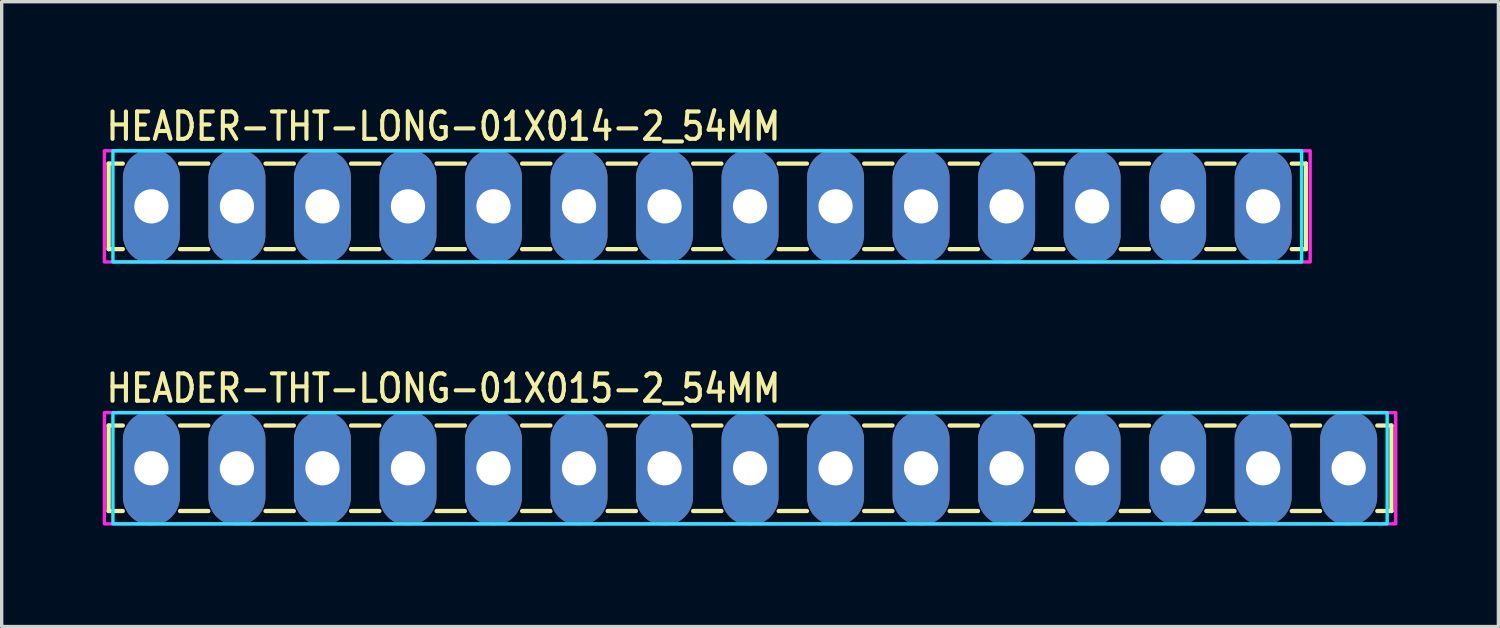
<source format=kicad_pcb>
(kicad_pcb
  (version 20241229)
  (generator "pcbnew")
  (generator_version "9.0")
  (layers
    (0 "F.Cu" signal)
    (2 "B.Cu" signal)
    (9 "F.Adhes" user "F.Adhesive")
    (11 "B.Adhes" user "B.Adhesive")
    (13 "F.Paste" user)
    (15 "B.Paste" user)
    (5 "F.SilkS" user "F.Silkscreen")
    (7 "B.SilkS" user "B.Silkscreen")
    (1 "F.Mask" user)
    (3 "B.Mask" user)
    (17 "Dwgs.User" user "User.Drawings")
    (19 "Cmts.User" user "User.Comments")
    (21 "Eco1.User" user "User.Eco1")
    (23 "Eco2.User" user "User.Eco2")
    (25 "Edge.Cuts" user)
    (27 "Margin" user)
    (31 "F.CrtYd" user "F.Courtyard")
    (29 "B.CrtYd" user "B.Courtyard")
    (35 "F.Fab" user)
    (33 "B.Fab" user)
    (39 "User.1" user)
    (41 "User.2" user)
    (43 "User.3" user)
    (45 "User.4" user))
  (footprint "HEADER-THT-LONG-01X015-2_54MM"
    (layer "F.Cu")
    (at 1.447 10.858)
    (property "Reference" "HEADER-THT-LONG-01X015-2_54MM" (at -1.4 -1.9 0) (unlocked yes) (layer "F.SilkS") (effects (font (size 0.813 0.695) (thickness 0.122)) (justify left bottom)))
    (fp_line (start -1.27 -1.27) (end -1.27 1.27) (stroke (width 0.127) (type solid)) (layer "F.SilkS"))
    (fp_line (start -1.27 1.27) (end -0.85 1.27) (stroke (width 0.127) (type solid)) (layer "F.SilkS"))
    (fp_line (start -0.85 -1.27) (end -1.27 -1.27) (stroke (width 0.127) (type solid)) (layer "F.SilkS"))
    (fp_line (start 0.85 -1.27) (end 1.69 -1.27) (stroke (width 0.127) (type solid)) (layer "F.SilkS"))
    (fp_line (start 0.85 1.27) (end 1.69 1.27) (stroke (width 0.127) (type solid)) (layer "F.SilkS"))
    (fp_line (start 3.39 -1.27) (end 4.23 -1.27) (stroke (width 0.127) (type solid)) (layer "F.SilkS"))
    (fp_line (start 3.39 1.27) (end 4.23 1.27) (stroke (width 0.127) (type solid)) (layer "F.SilkS"))
    (fp_line (start 5.93 -1.27) (end 6.77 -1.27) (stroke (width 0.127) (type solid)) (layer "F.SilkS"))
    (fp_line (start 5.93 1.27) (end 6.77 1.27) (stroke (width 0.127) (type solid)) (layer "F.SilkS"))
    (fp_line (start 8.47 -1.27) (end 9.31 -1.27) (stroke (width 0.127) (type solid)) (layer "F.SilkS"))
    (fp_line (start 8.47 1.27) (end 9.31 1.27) (stroke (width 0.127) (type solid)) (layer "F.SilkS"))
    (fp_line (start 11.01 -1.27) (end 11.85 -1.27) (stroke (width 0.127) (type solid)) (layer "F.SilkS"))
    (fp_line (start 11.01 1.27) (end 11.85 1.27) (stroke (width 0.127) (type solid)) (layer "F.SilkS"))
    (fp_line (start 13.55 -1.27) (end 14.39 -1.27) (stroke (width 0.127) (type solid)) (layer "F.SilkS"))
    (fp_line (start 13.55 1.27) (end 14.39 1.27) (stroke (width 0.127) (type solid)) (layer "F.SilkS"))
    (fp_line (start 16.09 -1.27) (end 16.93 -1.27) (stroke (width 0.127) (type solid)) (layer "F.SilkS"))
    (fp_line (start 16.09 1.27) (end 16.93 1.27) (stroke (width 0.127) (type solid)) (layer "F.SilkS"))
    (fp_line (start 18.63 -1.27) (end 19.47 -1.27) (stroke (width 0.127) (type solid)) (layer "F.SilkS"))
    (fp_line (start 18.63 1.27) (end 19.47 1.27) (stroke (width 0.127) (type solid)) (layer "F.SilkS"))
    (fp_line (start 21.17 -1.27) (end 22.01 -1.27) (stroke (width 0.127) (type solid)) (layer "F.SilkS"))
    (fp_line (start 21.17 1.27) (end 22.01 1.27) (stroke (width 0.127) (type solid)) (layer "F.SilkS"))
    (fp_line (start 23.71 -1.27) (end 24.55 -1.27) (stroke (width 0.127) (type solid)) (layer "F.SilkS"))
    (fp_line (start 23.71 1.27) (end 24.55 1.27) (stroke (width 0.127) (type solid)) (layer "F.SilkS"))
    (fp_line (start 26.25 -1.27) (end 27.09 -1.27) (stroke (width 0.127) (type solid)) (layer "F.SilkS"))
    (fp_line (start 26.25 1.27) (end 27.09 1.27) (stroke (width 0.127) (type solid)) (layer "F.SilkS"))
    (fp_line (start 28.79 -1.27) (end 29.63 -1.27) (stroke (width 0.127) (type solid)) (layer "F.SilkS"))
    (fp_line (start 28.79 1.27) (end 29.63 1.27) (stroke (width 0.127) (type solid)) (layer "F.SilkS"))
    (fp_line (start 31.33 -1.27) (end 32.17 -1.27) (stroke (width 0.127) (type solid)) (layer "F.SilkS"))
    (fp_line (start 31.33 1.27) (end 32.17 1.27) (stroke (width 0.127) (type solid)) (layer "F.SilkS"))
    (fp_line (start 33.87 -1.27) (end 34.71 -1.27) (stroke (width 0.127) (type solid)) (layer "F.SilkS"))
    (fp_line (start 33.87 1.27) (end 34.71 1.27) (stroke (width 0.127) (type solid)) (layer "F.SilkS"))
    (fp_line (start 36.41 -1.27) (end 36.83 -1.27) (stroke (width 0.127) (type solid)) (layer "F.SilkS"))
    (fp_line (start 36.83 -1.27) (end 36.83 1.27) (stroke (width 0.127) (type solid)) (layer "F.SilkS"))
    (fp_line (start 36.83 1.27) (end 36.41 1.27) (stroke (width 0.127) (type solid)) (layer "F.SilkS"))
    (fp_poly (pts (xy -1.143 -1.651) (xy 36.703 -1.651) (xy 36.703 1.651) (xy -1.143 1.651)) (stroke (width 0.1) (type solid)) (fill no) (layer "B.CrtYd"))
    (fp_poly (pts (xy -1.397 -1.651) (xy 36.957 -1.651) (xy 36.957 1.651) (xy -1.397 1.651)) (stroke (width 0.1) (type solid)) (fill no) (layer "F.CrtYd"))
    (pad "1" thru_hole oval (at 0 0 90) (size 3.387 1.693) (drill 1.016) (layers "*.Cu" "*.Mask"))
    (pad "2" thru_hole oval (at 2.54 0 90) (size 3.387 1.693) (drill 1.016) (layers "*.Cu" "*.Mask"))
    (pad "3" thru_hole oval (at 5.08 0 90) (size 3.387 1.693) (drill 1.016) (layers "*.Cu" "*.Mask"))
    (pad "4" thru_hole oval (at 7.62 0 90) (size 3.387 1.693) (drill 1.016) (layers "*.Cu" "*.Mask"))
    (pad "5" thru_hole oval (at 10.16 0 90) (size 3.387 1.693) (drill 1.016) (layers "*.Cu" "*.Mask"))
    (pad "6" thru_hole oval (at 12.7 0 90) (size 3.387 1.693) (drill 1.016) (layers "*.Cu" "*.Mask"))
    (pad "7" thru_hole oval (at 15.24 0 90) (size 3.387 1.693) (drill 1.016) (layers "*.Cu" "*.Mask"))
    (pad "8" thru_hole oval (at 17.78 0 90) (size 3.387 1.693) (drill 1.016) (layers "*.Cu" "*.Mask"))
    (pad "9" thru_hole oval (at 20.32 0 90) (size 3.387 1.693) (drill 1.016) (layers "*.Cu" "*.Mask"))
    (pad "10" thru_hole oval (at 22.86 0 90) (size 3.387 1.693) (drill 1.016) (layers "*.Cu" "*.Mask"))
    (pad "11" thru_hole oval (at 25.4 0 90) (size 3.387 1.693) (drill 1.016) (layers "*.Cu" "*.Mask"))
    (pad "12" thru_hole oval (at 27.94 0 90) (size 3.387 1.693) (drill 1.016) (layers "*.Cu" "*.Mask"))
    (pad "13" thru_hole oval (at 30.48 0 90) (size 3.387 1.693) (drill 1.016) (layers "*.Cu" "*.Mask"))
    (pad "14" thru_hole oval (at 33.02 0 90) (size 3.387 1.693) (drill 1.016) (layers "*.Cu" "*.Mask"))
    (pad "15" thru_hole oval (at 35.56 0 90) (size 3.387 1.693) (drill 1.016) (layers "*.Cu" "*.Mask")))
  (footprint "HEADER-THT-LONG-01X014-2_54MM"
    (layer "F.Cu")
    (at 1.447 3.079)
    (property "Reference" "HEADER-THT-LONG-01X014-2_54MM" (at -1.4 -1.9 0) (unlocked yes) (layer "F.SilkS") (effects (font (size 0.813 0.695) (thickness 0.122)) (justify left bottom)))
    (fp_line (start -1.27 -1.27) (end -1.27 1.27) (stroke (width 0.127) (type solid)) (layer "F.SilkS"))
    (fp_line (start -1.27 1.27) (end -0.85 1.27) (stroke (width 0.127) (type solid)) (layer "F.SilkS"))
    (fp_line (start -0.85 -1.27) (end -1.27 -1.27) (stroke (width 0.127) (type solid)) (layer "F.SilkS"))
    (fp_line (start 0.85 -1.27) (end 1.69 -1.27) (stroke (width 0.127) (type solid)) (layer "F.SilkS"))
    (fp_line (start 0.85 1.27) (end 1.69 1.27) (stroke (width 0.127) (type solid)) (layer "F.SilkS"))
    (fp_line (start 3.39 -1.27) (end 4.23 -1.27) (stroke (width 0.127) (type solid)) (layer "F.SilkS"))
    (fp_line (start 3.39 1.27) (end 4.23 1.27) (stroke (width 0.127) (type solid)) (layer "F.SilkS"))
    (fp_line (start 5.93 -1.27) (end 6.77 -1.27) (stroke (width 0.127) (type solid)) (layer "F.SilkS"))
    (fp_line (start 5.93 1.27) (end 6.77 1.27) (stroke (width 0.127) (type solid)) (layer "F.SilkS"))
    (fp_line (start 8.47 -1.27) (end 9.31 -1.27) (stroke (width 0.127) (type solid)) (layer "F.SilkS"))
    (fp_line (start 8.47 1.27) (end 9.31 1.27) (stroke (width 0.127) (type solid)) (layer "F.SilkS"))
    (fp_line (start 11.01 -1.27) (end 11.85 -1.27) (stroke (width 0.127) (type solid)) (layer "F.SilkS"))
    (fp_line (start 11.01 1.27) (end 11.85 1.27) (stroke (width 0.127) (type solid)) (layer "F.SilkS"))
    (fp_line (start 13.55 -1.27) (end 14.39 -1.27) (stroke (width 0.127) (type solid)) (layer "F.SilkS"))
    (fp_line (start 13.55 1.27) (end 14.39 1.27) (stroke (width 0.127) (type solid)) (layer "F.SilkS"))
    (fp_line (start 16.09 -1.27) (end 16.93 -1.27) (stroke (width 0.127) (type solid)) (layer "F.SilkS"))
    (fp_line (start 16.09 1.27) (end 16.93 1.27) (stroke (width 0.127) (type solid)) (layer "F.SilkS"))
    (fp_line (start 18.63 -1.27) (end 19.47 -1.27) (stroke (width 0.127) (type solid)) (layer "F.SilkS"))
    (fp_line (start 18.63 1.27) (end 19.47 1.27) (stroke (width 0.127) (type solid)) (layer "F.SilkS"))
    (fp_line (start 21.17 -1.27) (end 22.01 -1.27) (stroke (width 0.127) (type solid)) (layer "F.SilkS"))
    (fp_line (start 21.17 1.27) (end 22.01 1.27) (stroke (width 0.127) (type solid)) (layer "F.SilkS"))
    (fp_line (start 23.71 -1.27) (end 24.55 -1.27) (stroke (width 0.127) (type solid)) (layer "F.SilkS"))
    (fp_line (start 23.71 1.27) (end 24.55 1.27) (stroke (width 0.127) (type solid)) (layer "F.SilkS"))
    (fp_line (start 26.25 -1.27) (end 27.09 -1.27) (stroke (width 0.127) (type solid)) (layer "F.SilkS"))
    (fp_line (start 26.25 1.27) (end 27.09 1.27) (stroke (width 0.127) (type solid)) (layer "F.SilkS"))
    (fp_line (start 28.79 -1.27) (end 29.63 -1.27) (stroke (width 0.127) (type solid)) (layer "F.SilkS"))
    (fp_line (start 28.79 1.27) (end 29.63 1.27) (stroke (width 0.127) (type solid)) (layer "F.SilkS"))
    (fp_line (start 31.33 -1.27) (end 32.17 -1.27) (stroke (width 0.127) (type solid)) (layer "F.SilkS"))
    (fp_line (start 31.33 1.27) (end 32.17 1.27) (stroke (width 0.127) (type solid)) (layer "F.SilkS"))
    (fp_line (start 33.87 -1.27) (end 34.29 -1.27) (stroke (width 0.127) (type solid)) (layer "F.SilkS"))
    (fp_line (start 34.29 -1.27) (end 34.29 1.27) (stroke (width 0.127) (type solid)) (layer "F.SilkS"))
    (fp_line (start 34.29 1.27) (end 33.87 1.27) (stroke (width 0.127) (type solid)) (layer "F.SilkS"))
    (fp_poly (pts (xy -1.143 -1.651) (xy 34.163 -1.651) (xy 34.163 1.651) (xy -1.143 1.651)) (stroke (width 0.1) (type solid)) (fill no) (layer "B.CrtYd"))
    (fp_poly (pts (xy -1.397 -1.651) (xy 34.417 -1.651) (xy 34.417 1.651) (xy -1.397 1.651)) (stroke (width 0.1) (type solid)) (fill no) (layer "F.CrtYd"))
    (pad "P$1" thru_hole oval (at 0 0 90) (size 3.387 1.693) (drill 1.016) (layers "*.Cu" "*.Mask"))
    (pad "P$2" thru_hole oval (at 2.54 0 90) (size 3.387 1.693) (drill 1.016) (layers "*.Cu" "*.Mask"))
    (pad "P$3" thru_hole oval (at 5.08 0 90) (size 3.387 1.693) (drill 1.016) (layers "*.Cu" "*.Mask"))
    (pad "P$4" thru_hole oval (at 7.62 0 90) (size 3.387 1.693) (drill 1.016) (layers "*.Cu" "*.Mask"))
    (pad "P$5" thru_hole oval (at 10.16 0 90) (size 3.387 1.693) (drill 1.016) (layers "*.Cu" "*.Mask"))
    (pad "P$6" thru_hole oval (at 12.7 0 90) (size 3.387 1.693) (drill 1.016) (layers "*.Cu" "*.Mask"))
    (pad "P$7" thru_hole oval (at 15.24 0 90) (size 3.387 1.693) (drill 1.016) (layers "*.Cu" "*.Mask"))
    (pad "P$8" thru_hole oval (at 17.78 0 90) (size 3.387 1.693) (drill 1.016) (layers "*.Cu" "*.Mask"))
    (pad "P$9" thru_hole oval (at 20.32 0 90) (size 3.387 1.693) (drill 1.016) (layers "*.Cu" "*.Mask"))
    (pad "P$10" thru_hole oval (at 22.86 0 90) (size 3.387 1.693) (drill 1.016) (layers "*.Cu" "*.Mask"))
    (pad "P$11" thru_hole oval (at 25.4 0 90) (size 3.387 1.693) (drill 1.016) (layers "*.Cu" "*.Mask"))
    (pad "P$12" thru_hole oval (at 27.94 0 90) (size 3.387 1.693) (drill 1.016) (layers "*.Cu" "*.Mask"))
    (pad "P$13" thru_hole oval (at 30.48 0 90) (size 3.387 1.693) (drill 1.016) (layers "*.Cu" "*.Mask"))
    (pad "P$14" thru_hole oval (at 33.02 0 90) (size 3.387 1.693) (drill 1.016) (layers "*.Cu" "*.Mask")))
  (gr_rect
    (start -3 -3)
    (end 41.454 15.559)
    (stroke (width 0.1) (type default))
    (fill no)
    (layer "Edge.Cuts")))
</source>
